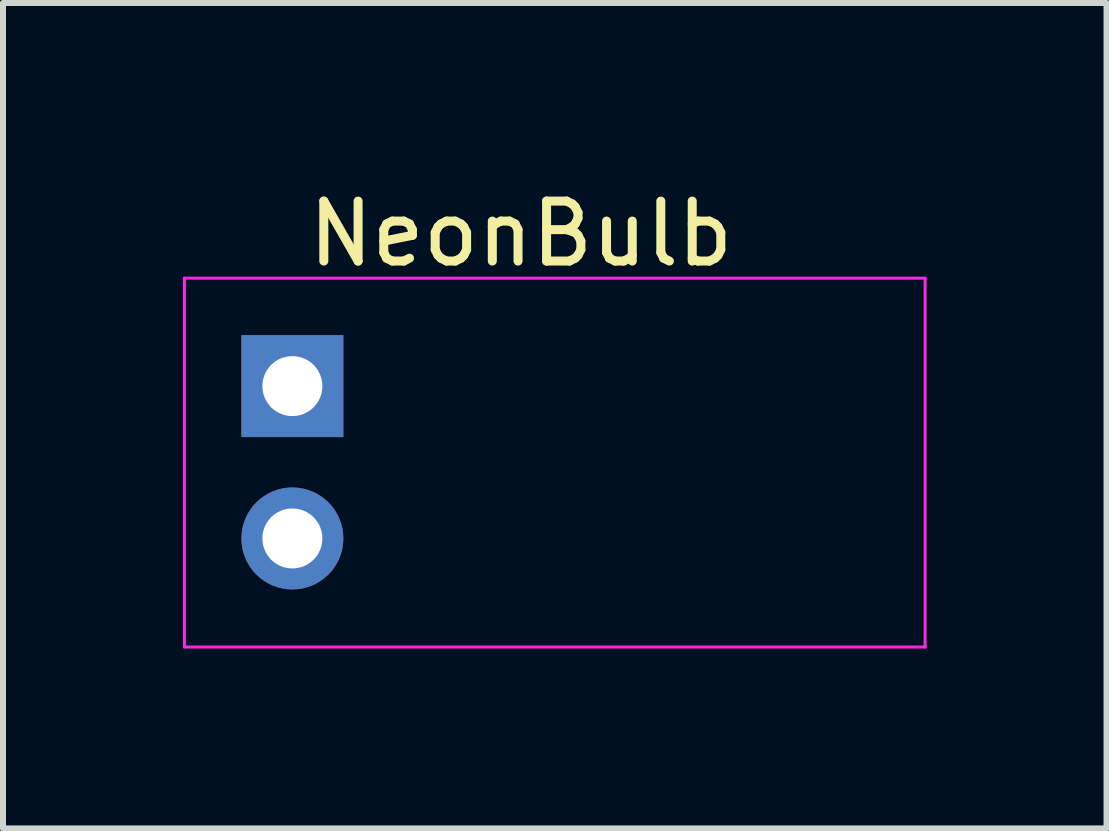
<source format=kicad_pcb>
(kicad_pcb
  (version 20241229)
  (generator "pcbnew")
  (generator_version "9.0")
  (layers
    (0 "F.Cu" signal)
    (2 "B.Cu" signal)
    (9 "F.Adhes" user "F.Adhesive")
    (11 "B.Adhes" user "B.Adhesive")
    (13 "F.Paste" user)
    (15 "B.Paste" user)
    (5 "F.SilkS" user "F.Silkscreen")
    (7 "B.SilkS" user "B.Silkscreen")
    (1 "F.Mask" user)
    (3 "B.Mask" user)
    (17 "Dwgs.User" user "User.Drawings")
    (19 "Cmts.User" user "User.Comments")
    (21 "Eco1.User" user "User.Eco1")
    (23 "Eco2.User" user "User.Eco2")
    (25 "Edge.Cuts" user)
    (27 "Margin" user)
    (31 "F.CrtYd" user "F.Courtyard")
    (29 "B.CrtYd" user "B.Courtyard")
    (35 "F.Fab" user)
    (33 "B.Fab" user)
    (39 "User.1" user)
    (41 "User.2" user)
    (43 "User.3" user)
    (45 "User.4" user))
  (footprint "NeonBulb"
    (layer "F.Cu")
    (at 1.825 3.388)
    (property "Reference" "NeonBulb" (at 3.81 -2.54 0) (layer "F.SilkS") (effects (font (size 1 1) (thickness 0.15))))
    (attr through_hole)
    (fp_line (start -1.8 -1.8) (end -1.8 4.35) (stroke (width 0.05) (type solid)) (layer "F.CrtYd"))
    (fp_line (start -1.8 4.35) (end 10.55 4.35) (stroke (width 0.05) (type solid)) (layer "F.CrtYd"))
    (fp_line (start 10.55 -1.8) (end -1.8 -1.8) (stroke (width 0.05) (type solid)) (layer "F.CrtYd"))
    (fp_line (start 10.55 4.35) (end 10.55 -1.8) (stroke (width 0.05) (type solid)) (layer "F.CrtYd"))
    (fp_line (start -0.32 -0.32) (end -0.32 0.32) (stroke (width 0.1) (type solid)) (layer "F.Fab"))
    (fp_line (start -0.32 2.22) (end -0.32 2.86) (stroke (width 0.1) (type solid)) (layer "F.Fab"))
    (pad "1" thru_hole rect (at 0 0) (size 1.7 1.7) (drill 1) (layers "*.Cu" "*.Mask"))
    (pad "2" thru_hole oval (at 0 2.54) (size 1.7 1.7) (drill 1) (layers "*.Cu" "*.Mask")))
  (gr_rect
    (start -3 -3)
    (end 15.4 10.763)
    (stroke (width 0.1) (type default))
    (fill no)
    (layer "Edge.Cuts")))
</source>
